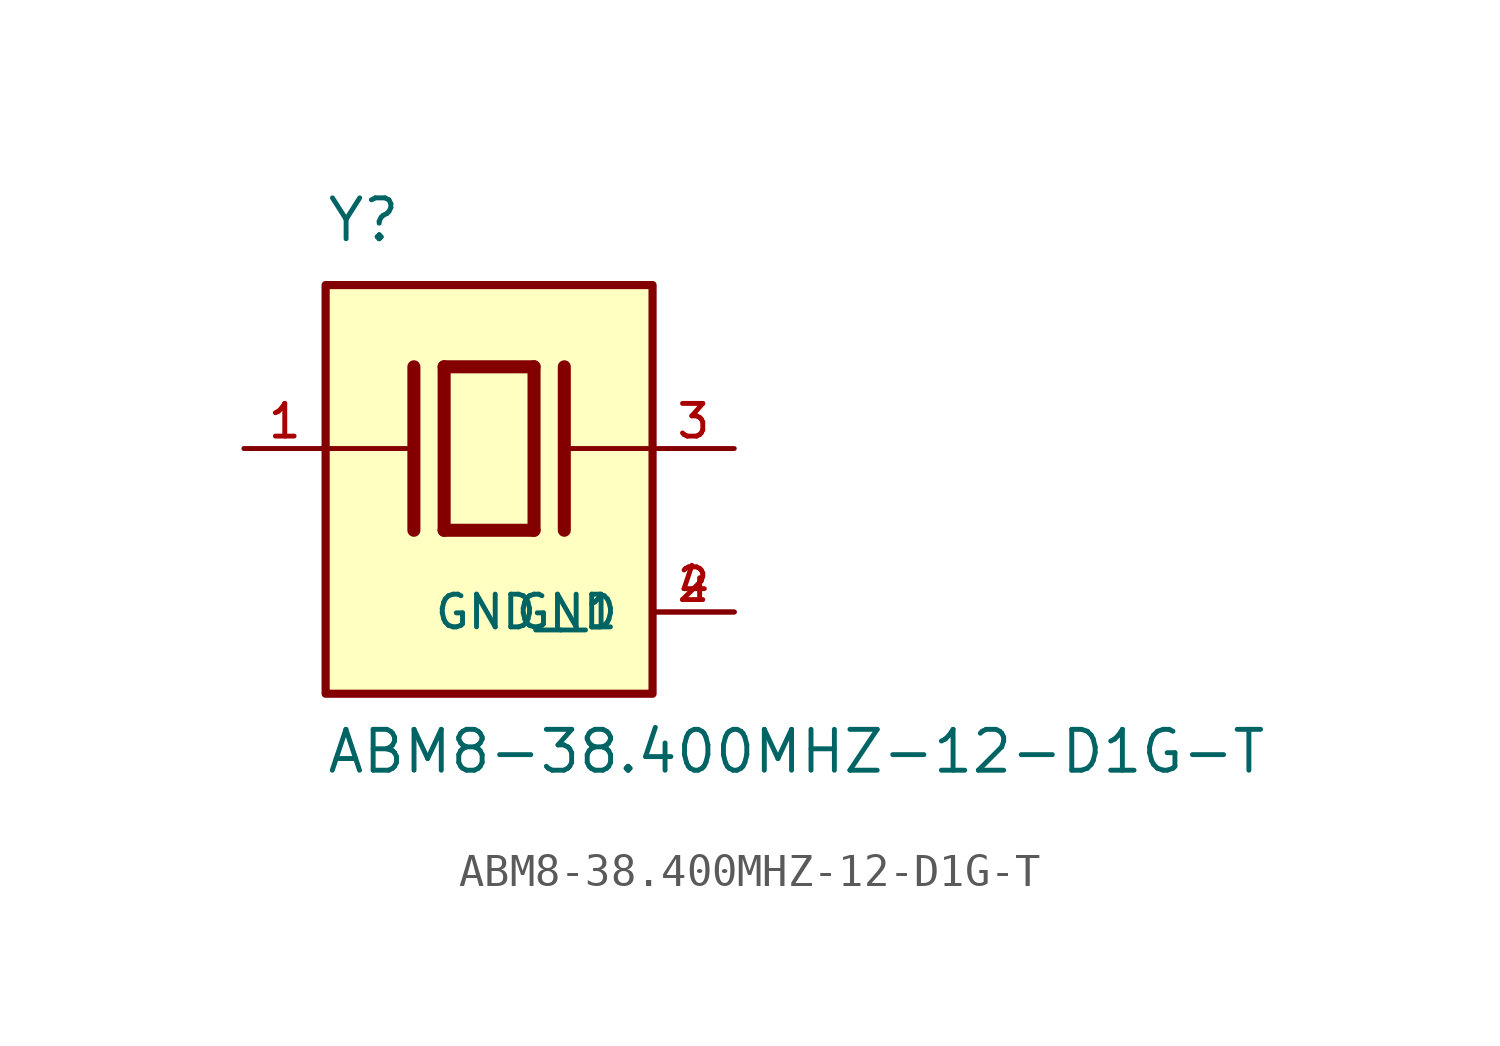
<source format=kicad_sym>
(kicad_symbol_lib
  (version 20211014)
  (generator kicad_symbol_editor)
  (symbol "ABM8-38.400MHZ-12-D1G-T"
    (pin_names
      (offset 1.016))
    (property "Reference" "Y"
      (at -5.088 6.356 0)
      (effects (font (size 1.27 1.27)) (justify bottom left)))
    (property "Value" "ABM8-38.400MHZ-12-D1G-T"
      (at -5.094 -10.16 0)
      (effects (font (size 1.27 1.27)) (justify bottom left)))
    (symbol "ABM8-38.400MHZ-12-D1G-T_0_0"
      (polyline (pts (xy -1.397 2.54) (xy 1.397 2.54)) (stroke (width 0.406)))
      (polyline (pts (xy 1.397 2.54) (xy 1.397 -2.54)) (stroke (width 0.406)))
      (polyline (pts (xy 1.397 -2.54) (xy -1.397 -2.54)) (stroke (width 0.406)))
      (polyline (pts (xy -1.397 2.54) (xy -1.397 -2.54)) (stroke (width 0.406)))
      (polyline (pts (xy 2.337 2.54) (xy 2.337 -2.54)) (stroke (width 0.406)))
      (polyline (pts (xy -2.337 2.54) (xy -2.337 -2.54)) (stroke (width 0.406)))
      (polyline (pts (xy -5.08 0.0) (xy -2.54 0.0)) (stroke (width 0.152)))
      (polyline (pts (xy 2.54 0.0) (xy 5.08 0.0)) (stroke (width 0.152)))
      (rectangle (start -5.08 -7.62) (end 5.08 5.08) (stroke (width 0.254)) (fill (type background)))
      (pin passive line (at 7.62 0.0 180.0) (length 2.54) (name "~" (effects (font (size 1.016 1.016)))) (number "3" (effects (font (size 1.016 1.016)))))
      (pin passive line (at -7.62 0.0 0) (length 2.54) (name "~" (effects (font (size 1.016 1.016)))) (number "1" (effects (font (size 1.016 1.016)))))
      (pin power_in line (at 7.62 -5.08 180.0) (length 2.54) (name "GND" (effects (font (size 1.016 1.016)))) (number "2" (effects (font (size 1.016 1.016)))))
      (pin power_in line (at 7.62 -5.08 180.0) (length 2.54) (name "GND__1" (effects (font (size 1.016 1.016)))) (number "4" (effects (font (size 1.016 1.016))))))))
</source>
